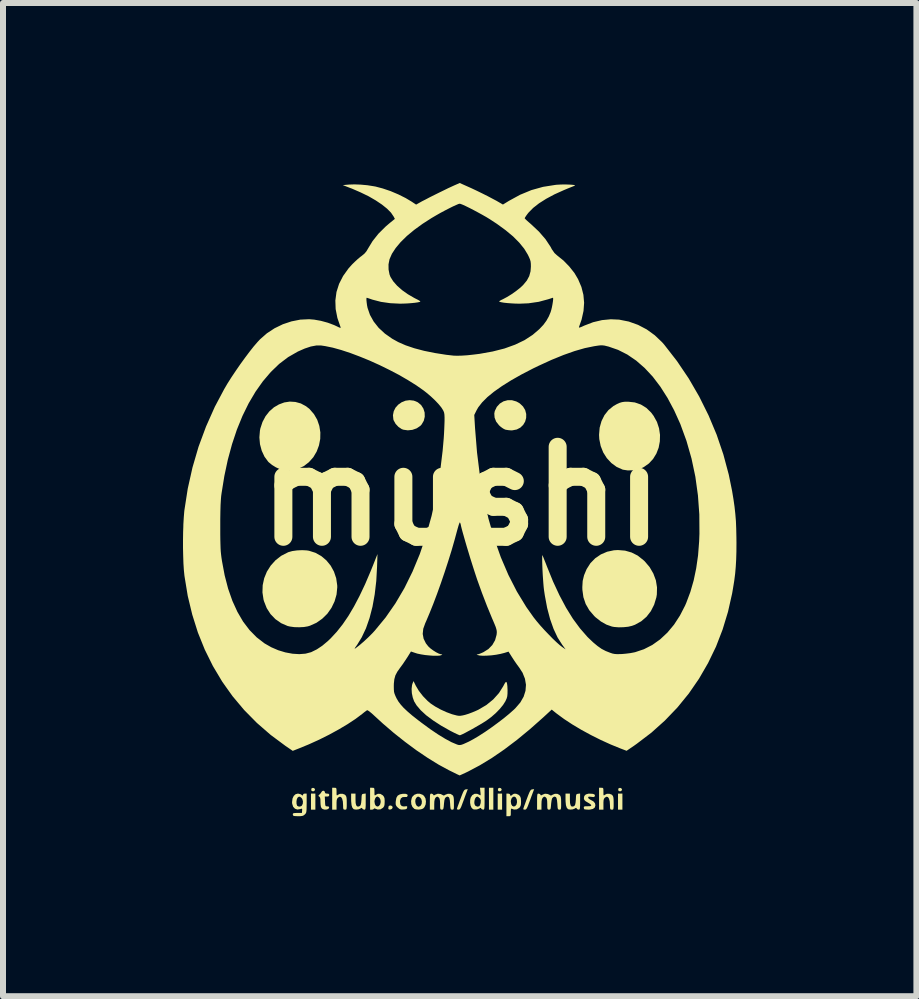
<source format=kicad_pcb>
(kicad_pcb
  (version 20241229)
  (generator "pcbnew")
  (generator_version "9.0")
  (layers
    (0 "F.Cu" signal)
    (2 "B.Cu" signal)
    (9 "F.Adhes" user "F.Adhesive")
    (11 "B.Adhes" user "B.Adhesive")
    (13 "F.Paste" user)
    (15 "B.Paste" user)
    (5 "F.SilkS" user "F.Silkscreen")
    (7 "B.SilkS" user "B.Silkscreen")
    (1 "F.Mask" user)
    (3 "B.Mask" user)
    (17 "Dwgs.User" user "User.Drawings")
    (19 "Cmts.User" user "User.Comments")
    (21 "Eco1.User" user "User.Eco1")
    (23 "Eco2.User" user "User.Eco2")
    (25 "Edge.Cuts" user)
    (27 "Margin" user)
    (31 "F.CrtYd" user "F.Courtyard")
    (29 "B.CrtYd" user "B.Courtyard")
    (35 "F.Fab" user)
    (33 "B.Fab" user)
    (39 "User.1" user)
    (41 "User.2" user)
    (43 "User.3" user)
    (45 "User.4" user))
  (footprint "mushi"
    (layer "F.Cu")
    (at 4.637 5.218)
    (property "Reference" "mushi" (at 0 0 0) (layer "F.SilkS") (effects (font (size 1.5 1.5) (thickness 0.3))))
    (attr board_only exclude_from_pos_files exclude_from_bom)
    (fp_poly (pts (xy -2.431 5.092) (xy -2.431 5.226) (xy -2.467 5.226) (xy -2.504 5.226) (xy -2.504 5.092) (xy -2.504 4.958) (xy -2.467 4.958) (xy -2.431 4.958)) (stroke (width 0) (type solid)) (fill yes) (layer "F.SilkS"))
    (fp_poly (pts (xy 0.535 5.044) (xy 0.535 5.226) (xy 0.498 5.226) (xy 0.462 5.226) (xy 0.462 5.044) (xy 0.462 4.861) (xy 0.498 4.861) (xy 0.535 4.861)) (stroke (width 0) (type solid)) (fill yes) (layer "F.SilkS"))
    (fp_poly (pts (xy 0.681 5.092) (xy 0.681 5.226) (xy 0.644 5.226) (xy 0.608 5.226) (xy 0.608 5.092) (xy 0.608 4.958) (xy 0.644 4.958) (xy 0.681 4.958)) (stroke (width 0) (type solid)) (fill yes) (layer "F.SilkS"))
    (fp_poly (pts (xy 2.686 5.092) (xy 2.686 5.226) (xy 2.649 5.226) (xy 2.613 5.226) (xy 2.613 5.092) (xy 2.613 4.958) (xy 2.649 4.958) (xy 2.686 4.958)) (stroke (width 0) (type solid)) (fill yes) (layer "F.SilkS"))
    (fp_poly (pts (xy -2.449 4.869) (xy -2.437 4.888) (xy -2.437 4.892) (xy -2.446 4.912) (xy -2.467 4.921) (xy -2.489 4.916) (xy -2.499 4.904) (xy -2.499 4.88) (xy -2.494 4.871) (xy -2.472 4.862)) (stroke (width 0) (type solid)) (fill yes) (layer "F.SilkS"))
    (fp_poly (pts (xy -1.166 5.159) (xy -1.146 5.174) (xy -1.144 5.195) (xy -1.158 5.215) (xy -1.182 5.224) (xy -1.206 5.223) (xy -1.215 5.21) (xy -1.215 5.197) (xy -1.209 5.166) (xy -1.188 5.156)) (stroke (width 0) (type solid)) (fill yes) (layer "F.SilkS"))
    (fp_poly (pts (xy 0.662 4.869) (xy 0.674 4.888) (xy 0.674 4.892) (xy 0.665 4.912) (xy 0.644 4.921) (xy 0.622 4.916) (xy 0.612 4.904) (xy 0.612 4.88) (xy 0.617 4.871) (xy 0.639 4.862)) (stroke (width 0) (type solid)) (fill yes) (layer "F.SilkS"))
    (fp_poly (pts (xy 2.667 4.869) (xy 2.68 4.888) (xy 2.68 4.892) (xy 2.67 4.912) (xy 2.649 4.921) (xy 2.628 4.916) (xy 2.617 4.904) (xy 2.617 4.88) (xy 2.622 4.871) (xy 2.645 4.862)) (stroke (width 0) (type solid)) (fill yes) (layer "F.SilkS"))
    (fp_poly (pts (xy 0.08 4.961) (xy 0.061 5.012) (xy 0.039 5.073) (xy 0.017 5.131) (xy 0.017 5.132) (xy -0.001 5.179) (xy -0.016 5.208) (xy -0.029 5.222) (xy -0.044 5.226) (xy -0.045 5.226) (xy -0.067 5.222) (xy -0.073 5.217) (xy -0.069 5.203) (xy -0.058 5.17) (xy -0.041 5.124) (xy -0.021 5.068) (xy -0.014 5.05) (xy 0.01 4.986) (xy 0.028 4.942) (xy 0.042 4.914) (xy 0.054 4.898) (xy 0.066 4.89) (xy 0.077 4.888) (xy 0.109 4.884)) (stroke (width 0) (type solid)) (fill yes) (layer "F.SilkS"))
    (fp_poly (pts (xy 1.186 4.961) (xy 1.167 5.012) (xy 1.145 5.073) (xy 1.123 5.131) (xy 1.123 5.132) (xy 1.105 5.179) (xy 1.09 5.208) (xy 1.077 5.222) (xy 1.062 5.226) (xy 1.061 5.226) (xy 1.039 5.222) (xy 1.033 5.217) (xy 1.037 5.203) (xy 1.048 5.17) (xy 1.065 5.124) (xy 1.085 5.068) (xy 1.092 5.05) (xy 1.116 4.986) (xy 1.134 4.942) (xy 1.148 4.914) (xy 1.16 4.898) (xy 1.172 4.89) (xy 1.183 4.888) (xy 1.215 4.884)) (stroke (width 0) (type solid)) (fill yes) (layer "F.SilkS"))
    (fp_poly (pts (xy -0.79 -1.591) (xy -0.725 -1.564) (xy -0.669 -1.518) (xy -0.631 -1.459) (xy -0.61 -1.393) (xy -0.608 -1.323) (xy -0.624 -1.256) (xy -0.66 -1.194) (xy -0.682 -1.17) (xy -0.743 -1.129) (xy -0.814 -1.104) (xy -0.89 -1.096) (xy -0.962 -1.106) (xy -0.991 -1.116) (xy -1.046 -1.153) (xy -1.094 -1.204) (xy -1.126 -1.262) (xy -1.131 -1.277) (xy -1.138 -1.348) (xy -1.125 -1.414) (xy -1.095 -1.474) (xy -1.049 -1.525) (xy -0.993 -1.564) (xy -0.929 -1.59) (xy -0.86 -1.599)) (stroke (width 0) (type solid)) (fill yes) (layer "F.SilkS"))
    (fp_poly (pts (xy 0.846 -1.598) (xy 0.919 -1.577) (xy 0.974 -1.546) (xy 1.03 -1.493) (xy 1.066 -1.433) (xy 1.083 -1.368) (xy 1.082 -1.303) (xy 1.065 -1.241) (xy 1.032 -1.186) (xy 0.985 -1.141) (xy 0.925 -1.11) (xy 0.853 -1.096) (xy 0.832 -1.095) (xy 0.786 -1.099) (xy 0.742 -1.106) (xy 0.729 -1.11) (xy 0.698 -1.126) (xy 0.66 -1.153) (xy 0.63 -1.18) (xy 0.582 -1.241) (xy 0.556 -1.308) (xy 0.551 -1.376) (xy 0.559 -1.417) (xy 0.593 -1.487) (xy 0.643 -1.542) (xy 0.704 -1.579) (xy 0.773 -1.598)) (stroke (width 0) (type solid)) (fill yes) (layer "F.SilkS"))
    (fp_poly (pts (xy -0.899 4.972) (xy -0.892 4.992) (xy -0.895 5) (xy -0.908 5.015) (xy -0.936 5.015) (xy -0.977 5.017) (xy -1.006 5.038) (xy -1.02 5.077) (xy -1.021 5.092) (xy -1.014 5.139) (xy -0.992 5.166) (xy -0.956 5.173) (xy -0.939 5.171) (xy -0.911 5.168) (xy -0.901 5.173) (xy -0.901 5.192) (xy -0.907 5.209) (xy -0.923 5.218) (xy -0.954 5.223) (xy -0.963 5.223) (xy -1.002 5.224) (xy -1.028 5.215) (xy -1.054 5.194) (xy -1.059 5.19) (xy -1.081 5.166) (xy -1.091 5.144) (xy -1.093 5.115) (xy -1.091 5.085) (xy -1.081 5.029) (xy -1.059 4.992) (xy -1.022 4.971) (xy -0.976 4.962) (xy -0.927 4.962)) (stroke (width 0) (type solid)) (fill yes) (layer "F.SilkS"))
    (fp_poly (pts (xy -2.764 -1.569) (xy -2.673 -1.544) (xy -2.586 -1.497) (xy -2.529 -1.452) (xy -2.455 -1.367) (xy -2.4 -1.272) (xy -2.365 -1.169) (xy -2.348 -1.062) (xy -2.35 -0.953) (xy -2.371 -0.845) (xy -2.409 -0.743) (xy -2.465 -0.648) (xy -2.539 -0.565) (xy -2.622 -0.501) (xy -2.71 -0.458) (xy -2.805 -0.433) (xy -2.902 -0.427) (xy -2.994 -0.44) (xy -3.022 -0.449) (xy -3.088 -0.479) (xy -3.153 -0.519) (xy -3.207 -0.563) (xy -3.217 -0.573) (xy -3.279 -0.657) (xy -3.325 -0.756) (xy -3.354 -0.864) (xy -3.364 -0.978) (xy -3.355 -1.091) (xy -3.348 -1.127) (xy -3.312 -1.236) (xy -3.261 -1.332) (xy -3.197 -1.413) (xy -3.122 -1.479) (xy -3.038 -1.528) (xy -2.949 -1.561) (xy -2.857 -1.575)) (stroke (width 0) (type solid)) (fill yes) (layer "F.SilkS"))
    (fp_poly (pts (xy -0.689 4.961) (xy -0.643 4.978) (xy -0.62 4.997) (xy -0.596 5.038) (xy -0.588 5.088) (xy -0.593 5.139) (xy -0.613 5.184) (xy -0.636 5.208) (xy -0.669 5.22) (xy -0.713 5.225) (xy -0.756 5.221) (xy -0.781 5.213) (xy -0.813 5.181) (xy -0.832 5.136) (xy -0.835 5.092) (xy -0.766 5.092) (xy -0.759 5.13) (xy -0.743 5.16) (xy -0.719 5.176) (xy -0.711 5.177) (xy -0.69 5.169) (xy -0.675 5.158) (xy -0.659 5.128) (xy -0.656 5.088) (xy -0.665 5.051) (xy -0.683 5.026) (xy -0.709 5.01) (xy -0.727 5.01) (xy -0.747 5.026) (xy -0.763 5.055) (xy -0.766 5.092) (xy -0.835 5.092) (xy -0.836 5.084) (xy -0.825 5.032) (xy -0.815 5.011) (xy -0.782 4.978) (xy -0.737 4.961)) (stroke (width 0) (type solid)) (fill yes) (layer "F.SilkS"))
    (fp_poly (pts (xy 2.783 -1.573) (xy 2.893 -1.561) (xy 2.994 -1.526) (xy 3.085 -1.47) (xy 3.165 -1.392) (xy 3.206 -1.337) (xy 3.262 -1.236) (xy 3.297 -1.129) (xy 3.313 -1.02) (xy 3.31 -0.911) (xy 3.29 -0.806) (xy 3.252 -0.708) (xy 3.198 -0.62) (xy 3.128 -0.544) (xy 3.043 -0.484) (xy 3.015 -0.47) (xy 2.941 -0.444) (xy 2.858 -0.43) (xy 2.775 -0.428) (xy 2.702 -0.439) (xy 2.689 -0.442) (xy 2.589 -0.487) (xy 2.501 -0.552) (xy 2.426 -0.633) (xy 2.366 -0.728) (xy 2.324 -0.835) (xy 2.301 -0.949) (xy 2.297 -1.021) (xy 2.307 -1.141) (xy 2.338 -1.251) (xy 2.387 -1.349) (xy 2.454 -1.434) (xy 2.538 -1.502) (xy 2.597 -1.535) (xy 2.642 -1.555) (xy 2.68 -1.566) (xy 2.719 -1.572) (xy 2.771 -1.573)) (stroke (width 0) (type solid)) (fill yes) (layer "F.SilkS"))
    (fp_poly (pts (xy -2.277 4.92) (xy -2.273 4.934) (xy -2.267 4.952) (xy -2.246 4.958) (xy -2.236 4.958) (xy -2.209 4.962) (xy -2.2 4.977) (xy -2.2 4.983) (xy -2.205 5) (xy -2.226 5.007) (xy -2.237 5.007) (xy -2.274 5.007) (xy -2.27 5.089) (xy -2.268 5.133) (xy -2.264 5.157) (xy -2.256 5.168) (xy -2.242 5.171) (xy -2.233 5.171) (xy -2.208 5.174) (xy -2.202 5.187) (xy -2.202 5.195) (xy -2.216 5.214) (xy -2.243 5.224) (xy -2.278 5.225) (xy -2.309 5.216) (xy -2.325 5.204) (xy -2.338 5.181) (xy -2.344 5.143) (xy -2.346 5.101) (xy -2.347 5.054) (xy -2.352 5.026) (xy -2.362 5.011) (xy -2.367 5.008) (xy -2.38 4.997) (xy -2.376 4.986) (xy -2.363 4.974) (xy -2.34 4.95) (xy -2.329 4.931) (xy -2.314 4.914) (xy -2.294 4.91)) (stroke (width 0) (type solid)) (fill yes) (layer "F.SilkS"))
    (fp_poly (pts (xy -1.592 5.091) (xy -1.592 5.15) (xy -1.594 5.189) (xy -1.597 5.211) (xy -1.602 5.222) (xy -1.612 5.226) (xy -1.617 5.226) (xy -1.64 5.218) (xy -1.648 5.208) (xy -1.656 5.196) (xy -1.67 5.2) (xy -1.681 5.208) (xy -1.713 5.221) (xy -1.752 5.225) (xy -1.786 5.22) (xy -1.794 5.217) (xy -1.815 5.192) (xy -1.828 5.151) (xy -1.834 5.091) (xy -1.835 5.056) (xy -1.835 4.958) (xy -1.799 4.958) (xy -1.762 4.958) (xy -1.762 5.054) (xy -1.76 5.114) (xy -1.751 5.152) (xy -1.736 5.172) (xy -1.713 5.174) (xy -1.702 5.171) (xy -1.686 5.162) (xy -1.675 5.144) (xy -1.668 5.112) (xy -1.663 5.062) (xy -1.662 5.037) (xy -1.66 4.997) (xy -1.655 4.975) (xy -1.645 4.965) (xy -1.626 4.961) (xy -1.625 4.961) (xy -1.592 4.957)) (stroke (width 0) (type solid)) (fill yes) (layer "F.SilkS"))
    (fp_poly (pts (xy 1.981 5.091) (xy 1.981 5.15) (xy 1.979 5.189) (xy 1.976 5.211) (xy 1.971 5.222) (xy 1.961 5.226) (xy 1.956 5.226) (xy 1.933 5.218) (xy 1.925 5.208) (xy 1.917 5.196) (xy 1.903 5.2) (xy 1.892 5.208) (xy 1.86 5.221) (xy 1.821 5.225) (xy 1.787 5.22) (xy 1.779 5.217) (xy 1.758 5.192) (xy 1.745 5.151) (xy 1.739 5.091) (xy 1.738 5.056) (xy 1.738 4.958) (xy 1.774 4.958) (xy 1.811 4.958) (xy 1.811 5.054) (xy 1.813 5.114) (xy 1.822 5.152) (xy 1.837 5.172) (xy 1.86 5.174) (xy 1.871 5.171) (xy 1.887 5.162) (xy 1.898 5.144) (xy 1.905 5.112) (xy 1.91 5.062) (xy 1.911 5.037) (xy 1.913 4.997) (xy 1.918 4.975) (xy 1.928 4.965) (xy 1.947 4.961) (xy 1.948 4.961) (xy 1.981 4.957)) (stroke (width 0) (type solid)) (fill yes) (layer "F.SilkS"))
    (fp_poly (pts (xy -2.574 0.905) (xy -2.537 0.911) (xy -2.43 0.945) (xy -2.332 1) (xy -2.247 1.072) (xy -2.176 1.159) (xy -2.121 1.259) (xy -2.084 1.369) (xy -2.067 1.487) (xy -2.066 1.519) (xy -2.078 1.64) (xy -2.111 1.755) (xy -2.163 1.863) (xy -2.232 1.961) (xy -2.317 2.044) (xy -2.414 2.112) (xy -2.521 2.16) (xy -2.557 2.171) (xy -2.622 2.182) (xy -2.7 2.186) (xy -2.781 2.184) (xy -2.854 2.174) (xy -2.893 2.165) (xy -3.001 2.118) (xy -3.097 2.051) (xy -3.178 1.967) (xy -3.242 1.867) (xy -3.287 1.753) (xy -3.295 1.725) (xy -3.313 1.605) (xy -3.309 1.485) (xy -3.284 1.369) (xy -3.239 1.259) (xy -3.175 1.158) (xy -3.095 1.069) (xy -3 0.995) (xy -2.891 0.939) (xy -2.88 0.934) (xy -2.815 0.916) (xy -2.736 0.905) (xy -2.652 0.901)) (stroke (width 0) (type solid)) (fill yes) (layer "F.SilkS"))
    (fp_poly (pts (xy 2.731 0.909) (xy 2.839 0.94) (xy 2.94 0.991) (xy 3.035 1.066) (xy 3.058 1.087) (xy 3.14 1.184) (xy 3.202 1.291) (xy 3.244 1.404) (xy 3.263 1.522) (xy 3.26 1.64) (xy 3.252 1.688) (xy 3.215 1.81) (xy 3.16 1.918) (xy 3.088 2.011) (xy 2.999 2.087) (xy 2.896 2.144) (xy 2.847 2.162) (xy 2.784 2.177) (xy 2.706 2.185) (xy 2.625 2.187) (xy 2.549 2.181) (xy 2.511 2.174) (xy 2.42 2.142) (xy 2.328 2.09) (xy 2.24 2.021) (xy 2.217 1.999) (xy 2.134 1.902) (xy 2.074 1.798) (xy 2.036 1.685) (xy 2.019 1.561) (xy 2.018 1.518) (xy 2.024 1.414) (xy 2.047 1.319) (xy 2.087 1.223) (xy 2.091 1.215) (xy 2.153 1.118) (xy 2.233 1.036) (xy 2.327 0.972) (xy 2.432 0.927) (xy 2.545 0.903) (xy 2.611 0.899)) (stroke (width 0) (type solid)) (fill yes) (layer "F.SilkS"))
    (fp_poly (pts (xy -2.094 4.862) (xy -2.083 4.869) (xy -2.079 4.889) (xy -2.078 4.926) (xy -2.078 4.93) (xy -2.078 4.968) (xy -2.075 4.986) (xy -2.068 4.988) (xy -2.056 4.979) (xy -2.021 4.962) (xy -1.979 4.961) (xy -1.941 4.975) (xy -1.932 4.983) (xy -1.92 4.998) (xy -1.913 5.019) (xy -1.909 5.051) (xy -1.908 5.1) (xy -1.908 5.116) (xy -1.908 5.168) (xy -1.91 5.2) (xy -1.914 5.218) (xy -1.922 5.225) (xy -1.936 5.226) (xy -1.938 5.226) (xy -1.955 5.224) (xy -1.964 5.216) (xy -1.968 5.195) (xy -1.969 5.155) (xy -1.969 5.154) (xy -1.973 5.089) (xy -1.985 5.043) (xy -2.003 5.016) (xy -2.027 5.01) (xy -2.054 5.026) (xy -2.067 5.042) (xy -2.075 5.065) (xy -2.078 5.103) (xy -2.078 5.137) (xy -2.078 5.226) (xy -2.115 5.226) (xy -2.151 5.226) (xy -2.151 5.044) (xy -2.151 4.861) (xy -2.115 4.861)) (stroke (width 0) (type solid)) (fill yes) (layer "F.SilkS"))
    (fp_poly (pts (xy 2.189 4.962) (xy 2.219 4.971) (xy 2.228 4.988) (xy 2.227 4.996) (xy 2.22 5.011) (xy 2.204 5.016) (xy 2.173 5.013) (xy 2.168 5.012) (xy 2.134 5.009) (xy 2.119 5.012) (xy 2.115 5.024) (xy 2.115 5.025) (xy 2.125 5.043) (xy 2.152 5.06) (xy 2.156 5.062) (xy 2.203 5.088) (xy 2.229 5.119) (xy 2.236 5.153) (xy 2.226 5.19) (xy 2.195 5.214) (xy 2.144 5.225) (xy 2.12 5.226) (xy 2.083 5.224) (xy 2.057 5.221) (xy 2.05 5.218) (xy 2.043 5.2) (xy 2.042 5.189) (xy 2.046 5.176) (xy 2.062 5.17) (xy 2.095 5.169) (xy 2.106 5.169) (xy 2.148 5.168) (xy 2.167 5.159) (xy 2.163 5.144) (xy 2.135 5.122) (xy 2.109 5.107) (xy 2.072 5.085) (xy 2.053 5.066) (xy 2.045 5.043) (xy 2.044 5.036) (xy 2.051 4.998) (xy 2.077 4.972) (xy 2.121 4.959) (xy 2.139 4.959)) (stroke (width 0) (type solid)) (fill yes) (layer "F.SilkS"))
    (fp_poly (pts (xy 2.354 4.862) (xy 2.365 4.869) (xy 2.369 4.889) (xy 2.37 4.926) (xy 2.37 4.93) (xy 2.37 4.968) (xy 2.373 4.986) (xy 2.38 4.988) (xy 2.392 4.979) (xy 2.427 4.962) (xy 2.469 4.961) (xy 2.507 4.975) (xy 2.516 4.983) (xy 2.528 4.998) (xy 2.535 5.019) (xy 2.539 5.051) (xy 2.54 5.1) (xy 2.54 5.116) (xy 2.54 5.168) (xy 2.538 5.2) (xy 2.534 5.218) (xy 2.526 5.225) (xy 2.512 5.226) (xy 2.51 5.226) (xy 2.493 5.224) (xy 2.484 5.216) (xy 2.48 5.195) (xy 2.479 5.155) (xy 2.479 5.154) (xy 2.475 5.089) (xy 2.463 5.043) (xy 2.445 5.016) (xy 2.421 5.01) (xy 2.394 5.026) (xy 2.381 5.042) (xy 2.373 5.065) (xy 2.37 5.103) (xy 2.37 5.137) (xy 2.37 5.226) (xy 2.333 5.226) (xy 2.297 5.226) (xy 2.297 5.044) (xy 2.297 4.861) (xy 2.333 4.861)) (stroke (width 0) (type solid)) (fill yes) (layer "F.SilkS"))
    (fp_poly (pts (xy -1.462 4.862) (xy -1.451 4.869) (xy -1.447 4.889) (xy -1.446 4.926) (xy -1.446 4.93) (xy -1.446 4.968) (xy -1.443 4.986) (xy -1.436 4.988) (xy -1.424 4.979) (xy -1.388 4.961) (xy -1.347 4.963) (xy -1.309 4.986) (xy -1.306 4.988) (xy -1.289 5.01) (xy -1.279 5.035) (xy -1.276 5.073) (xy -1.276 5.092) (xy -1.278 5.137) (xy -1.284 5.166) (xy -1.298 5.188) (xy -1.306 5.196) (xy -1.346 5.221) (xy -1.393 5.224) (xy -1.425 5.212) (xy -1.447 5.204) (xy -1.456 5.212) (xy -1.47 5.223) (xy -1.49 5.226) (xy -1.519 5.226) (xy -1.519 5.092) (xy -1.446 5.092) (xy -1.439 5.135) (xy -1.422 5.163) (xy -1.399 5.174) (xy -1.374 5.167) (xy -1.351 5.138) (xy -1.351 5.137) (xy -1.342 5.098) (xy -1.347 5.059) (xy -1.364 5.027) (xy -1.39 5.009) (xy -1.402 5.007) (xy -1.421 5.018) (xy -1.437 5.045) (xy -1.446 5.08) (xy -1.446 5.092) (xy -1.519 5.092) (xy -1.519 5.044) (xy -1.519 4.861) (xy -1.483 4.861)) (stroke (width 0) (type solid)) (fill yes) (layer "F.SilkS"))
    (fp_poly (pts (xy 0.808 4.965) (xy 0.814 4.977) (xy 0.82 4.993) (xy 0.825 4.995) (xy 0.841 4.987) (xy 0.851 4.977) (xy 0.878 4.961) (xy 0.915 4.961) (xy 0.951 4.976) (xy 0.967 4.988) (xy 0.984 5.01) (xy 0.993 5.035) (xy 0.996 5.073) (xy 0.997 5.092) (xy 0.995 5.137) (xy 0.988 5.166) (xy 0.974 5.188) (xy 0.967 5.196) (xy 0.926 5.221) (xy 0.88 5.224) (xy 0.85 5.213) (xy 0.837 5.208) (xy 0.83 5.214) (xy 0.827 5.235) (xy 0.826 5.268) (xy 0.826 5.306) (xy 0.822 5.326) (xy 0.811 5.334) (xy 0.791 5.335) (xy 0.79 5.335) (xy 0.753 5.335) (xy 0.753 5.147) (xy 0.753 5.092) (xy 0.826 5.092) (xy 0.833 5.135) (xy 0.85 5.163) (xy 0.874 5.174) (xy 0.899 5.167) (xy 0.921 5.141) (xy 0.93 5.101) (xy 0.926 5.057) (xy 0.91 5.023) (xy 0.886 5.008) (xy 0.862 5.013) (xy 0.841 5.034) (xy 0.828 5.069) (xy 0.826 5.092) (xy 0.753 5.092) (xy 0.753 4.958) (xy 0.784 4.958)) (stroke (width 0) (type solid)) (fill yes) (layer "F.SilkS"))
    (fp_poly (pts (xy 0.389 5.044) (xy 0.389 5.114) (xy 0.388 5.163) (xy 0.386 5.195) (xy 0.383 5.214) (xy 0.377 5.223) (xy 0.369 5.226) (xy 0.364 5.226) (xy 0.341 5.218) (xy 0.333 5.208) (xy 0.325 5.196) (xy 0.311 5.2) (xy 0.3 5.208) (xy 0.262 5.222) (xy 0.217 5.223) (xy 0.197 5.218) (xy 0.173 5.196) (xy 0.156 5.158) (xy 0.149 5.118) (xy 0.218 5.118) (xy 0.227 5.149) (xy 0.24 5.164) (xy 0.271 5.176) (xy 0.298 5.169) (xy 0.302 5.167) (xy 0.313 5.149) (xy 0.323 5.117) (xy 0.324 5.107) (xy 0.326 5.071) (xy 0.316 5.045) (xy 0.305 5.033) (xy 0.283 5.014) (xy 0.268 5.007) (xy 0.246 5.018) (xy 0.229 5.045) (xy 0.22 5.081) (xy 0.218 5.118) (xy 0.149 5.118) (xy 0.148 5.111) (xy 0.149 5.061) (xy 0.158 5.024) (xy 0.184 4.984) (xy 0.222 4.962) (xy 0.264 4.961) (xy 0.3 4.977) (xy 0.315 4.986) (xy 0.322 4.985) (xy 0.323 4.968) (xy 0.32 4.931) (xy 0.319 4.928) (xy 0.313 4.861) (xy 0.351 4.861) (xy 0.389 4.861)) (stroke (width 0) (type solid)) (fill yes) (layer "F.SilkS"))
    (fp_poly (pts (xy -2.679 4.968) (xy -2.664 4.977) (xy -2.645 4.99) (xy -2.638 4.987) (xy -2.637 4.977) (xy -2.627 4.962) (xy -2.607 4.958) (xy -2.576 4.958) (xy -2.576 5.117) (xy -2.577 5.182) (xy -2.578 5.227) (xy -2.581 5.258) (xy -2.586 5.278) (xy -2.594 5.292) (xy -2.606 5.305) (xy -2.627 5.322) (xy -2.651 5.331) (xy -2.687 5.335) (xy -2.714 5.335) (xy -2.755 5.334) (xy -2.786 5.331) (xy -2.799 5.327) (xy -2.807 5.309) (xy -2.807 5.3) (xy -2.803 5.289) (xy -2.786 5.283) (xy -2.752 5.281) (xy -2.731 5.28) (xy -2.655 5.281) (xy -2.652 5.242) (xy -2.651 5.216) (xy -2.658 5.209) (xy -2.681 5.216) (xy -2.683 5.216) (xy -2.731 5.224) (xy -2.771 5.21) (xy -2.801 5.178) (xy -2.817 5.129) (xy -2.82 5.1) (xy -2.818 5.089) (xy -2.746 5.089) (xy -2.745 5.128) (xy -2.736 5.157) (xy -2.732 5.163) (xy -2.703 5.176) (xy -2.671 5.169) (xy -2.656 5.158) (xy -2.641 5.127) (xy -2.638 5.087) (xy -2.649 5.049) (xy -2.662 5.031) (xy -2.687 5.011) (xy -2.708 5.011) (xy -2.728 5.026) (xy -2.74 5.052) (xy -2.746 5.089) (xy -2.818 5.089) (xy -2.812 5.041) (xy -2.791 4.996) (xy -2.76 4.968) (xy -2.721 4.958)) (stroke (width 0) (type solid)) (fill yes) (layer "F.SilkS"))
    (fp_poly (pts (xy -0.757 3.161) (xy -0.705 3.248) (xy -0.637 3.335) (xy -0.56 3.414) (xy -0.509 3.457) (xy -0.432 3.508) (xy -0.341 3.558) (xy -0.244 3.602) (xy -0.152 3.636) (xy -0.118 3.645) (xy -0.072 3.657) (xy -0.039 3.662) (xy -0.01 3.661) (xy 0.026 3.655) (xy 0.068 3.645) (xy 0.122 3.628) (xy 0.186 3.604) (xy 0.252 3.576) (xy 0.286 3.56) (xy 0.419 3.482) (xy 0.533 3.389) (xy 0.629 3.282) (xy 0.7 3.169) (xy 0.722 3.127) (xy 0.737 3.104) (xy 0.747 3.097) (xy 0.755 3.102) (xy 0.758 3.106) (xy 0.764 3.129) (xy 0.769 3.168) (xy 0.771 3.217) (xy 0.772 3.239) (xy 0.771 3.295) (xy 0.767 3.336) (xy 0.758 3.37) (xy 0.742 3.406) (xy 0.735 3.421) (xy 0.697 3.481) (xy 0.642 3.548) (xy 0.575 3.617) (xy 0.499 3.683) (xy 0.419 3.742) (xy 0.413 3.746) (xy 0.364 3.777) (xy 0.306 3.812) (xy 0.243 3.848) (xy 0.179 3.885) (xy 0.117 3.918) (xy 0.062 3.948) (xy 0.017 3.97) (xy -0.013 3.983) (xy -0.024 3.986) (xy -0.041 3.98) (xy -0.075 3.965) (xy -0.121 3.943) (xy -0.174 3.916) (xy -0.182 3.912) (xy -0.336 3.825) (xy -0.47 3.738) (xy -0.584 3.653) (xy -0.675 3.569) (xy -0.744 3.488) (xy -0.785 3.421) (xy -0.808 3.357) (xy -0.823 3.285) (xy -0.827 3.214) (xy -0.82 3.151) (xy -0.812 3.124) (xy -0.795 3.083)) (stroke (width 0) (type solid)) (fill yes) (layer "F.SilkS"))
    (fp_poly (pts (xy -0.475 4.966) (xy -0.466 4.977) (xy -0.459 4.988) (xy -0.445 4.984) (xy -0.434 4.977) (xy -0.391 4.96) (xy -0.344 4.965) (xy -0.319 4.977) (xy -0.296 4.99) (xy -0.278 4.986) (xy -0.265 4.977) (xy -0.223 4.961) (xy -0.18 4.963) (xy -0.146 4.983) (xy -0.134 4.998) (xy -0.127 5.019) (xy -0.123 5.051) (xy -0.122 5.1) (xy -0.122 5.116) (xy -0.122 5.168) (xy -0.123 5.2) (xy -0.128 5.218) (xy -0.136 5.225) (xy -0.149 5.226) (xy -0.15 5.226) (xy -0.165 5.224) (xy -0.174 5.217) (xy -0.179 5.198) (xy -0.183 5.164) (xy -0.185 5.127) (xy -0.19 5.068) (xy -0.199 5.031) (xy -0.208 5.018) (xy -0.228 5.008) (xy -0.245 5.013) (xy -0.26 5.023) (xy -0.272 5.039) (xy -0.281 5.07) (xy -0.287 5.12) (xy -0.288 5.132) (xy -0.292 5.179) (xy -0.297 5.207) (xy -0.304 5.221) (xy -0.315 5.225) (xy -0.324 5.226) (xy -0.338 5.224) (xy -0.347 5.217) (xy -0.351 5.198) (xy -0.352 5.163) (xy -0.352 5.136) (xy -0.354 5.081) (xy -0.36 5.046) (xy -0.371 5.026) (xy -0.372 5.026) (xy -0.394 5.009) (xy -0.412 5.013) (xy -0.43 5.029) (xy -0.441 5.051) (xy -0.448 5.087) (xy -0.45 5.139) (xy -0.45 5.226) (xy -0.486 5.226) (xy -0.523 5.226) (xy -0.523 5.092) (xy -0.522 5.034) (xy -0.521 4.995) (xy -0.518 4.973) (xy -0.512 4.962) (xy -0.503 4.959) (xy -0.498 4.958)) (stroke (width 0) (type solid)) (fill yes) (layer "F.SilkS"))
    (fp_poly (pts (xy 1.312 4.966) (xy 1.32 4.977) (xy 1.328 4.988) (xy 1.342 4.984) (xy 1.353 4.977) (xy 1.396 4.96) (xy 1.442 4.965) (xy 1.468 4.977) (xy 1.49 4.99) (xy 1.509 4.986) (xy 1.522 4.977) (xy 1.563 4.961) (xy 1.606 4.963) (xy 1.641 4.983) (xy 1.653 4.998) (xy 1.66 5.019) (xy 1.664 5.051) (xy 1.665 5.1) (xy 1.665 5.116) (xy 1.665 5.168) (xy 1.663 5.2) (xy 1.659 5.218) (xy 1.651 5.225) (xy 1.637 5.226) (xy 1.636 5.226) (xy 1.622 5.224) (xy 1.613 5.217) (xy 1.607 5.198) (xy 1.604 5.164) (xy 1.602 5.127) (xy 1.596 5.068) (xy 1.587 5.031) (xy 1.579 5.018) (xy 1.559 5.008) (xy 1.541 5.013) (xy 1.527 5.023) (xy 1.514 5.039) (xy 1.506 5.07) (xy 1.499 5.12) (xy 1.498 5.132) (xy 1.494 5.179) (xy 1.49 5.207) (xy 1.483 5.221) (xy 1.471 5.225) (xy 1.463 5.226) (xy 1.448 5.224) (xy 1.44 5.217) (xy 1.435 5.198) (xy 1.434 5.163) (xy 1.434 5.136) (xy 1.432 5.081) (xy 1.426 5.046) (xy 1.415 5.026) (xy 1.415 5.026) (xy 1.393 5.009) (xy 1.374 5.013) (xy 1.357 5.029) (xy 1.345 5.051) (xy 1.339 5.087) (xy 1.337 5.139) (xy 1.337 5.226) (xy 1.3 5.226) (xy 1.264 5.226) (xy 1.264 5.092) (xy 1.264 5.034) (xy 1.266 4.995) (xy 1.269 4.973) (xy 1.274 4.962) (xy 1.284 4.959) (xy 1.289 4.958)) (stroke (width 0) (type solid)) (fill yes) (layer "F.SilkS"))
    (fp_poly (pts (xy 0.094 -5.165) (xy 0.172 -5.13) (xy 0.259 -5.089) (xy 0.351 -5.044) (xy 0.441 -4.999) (xy 0.522 -4.956) (xy 0.59 -4.92) (xy 0.612 -4.907) (xy 0.695 -4.859) (xy 0.796 -4.921) (xy 0.981 -5.022) (xy 1.17 -5.1) (xy 1.364 -5.154) (xy 1.566 -5.186) (xy 1.592 -5.189) (xy 1.647 -5.192) (xy 1.705 -5.194) (xy 1.761 -5.193) (xy 1.813 -5.191) (xy 1.855 -5.188) (xy 1.884 -5.184) (xy 1.897 -5.178) (xy 1.889 -5.172) (xy 1.889 -5.172) (xy 1.869 -5.164) (xy 1.831 -5.149) (xy 1.781 -5.129) (xy 1.724 -5.105) (xy 1.712 -5.1) (xy 1.554 -5.029) (xy 1.416 -4.955) (xy 1.296 -4.879) (xy 1.199 -4.803) (xy 1.123 -4.726) (xy 1.106 -4.705) (xy 1.081 -4.671) (xy 1.064 -4.644) (xy 1.057 -4.631) (xy 1.066 -4.62) (xy 1.09 -4.596) (xy 1.125 -4.565) (xy 1.164 -4.531) (xy 1.295 -4.408) (xy 1.404 -4.282) (xy 1.489 -4.154) (xy 1.51 -4.114) (xy 1.554 -4.051) (xy 1.597 -4.012) (xy 1.705 -3.925) (xy 1.802 -3.825) (xy 1.886 -3.719) (xy 1.947 -3.616) (xy 2.003 -3.485) (xy 2.036 -3.355) (xy 2.048 -3.222) (xy 2.038 -3.086) (xy 2.006 -2.942) (xy 1.962 -2.817) (xy 1.963 -2.809) (xy 1.977 -2.81) (xy 2.006 -2.821) (xy 2.054 -2.843) (xy 2.057 -2.844) (xy 2.198 -2.898) (xy 2.346 -2.933) (xy 2.493 -2.947) (xy 2.631 -2.941) (xy 2.792 -2.909) (xy 2.946 -2.854) (xy 3.091 -2.778) (xy 3.225 -2.681) (xy 3.347 -2.565) (xy 3.383 -2.524) (xy 3.596 -2.25) (xy 3.791 -1.961) (xy 3.966 -1.659) (xy 4.122 -1.345) (xy 4.257 -1.023) (xy 4.369 -0.693) (xy 4.459 -0.357) (xy 4.514 -0.087) (xy 4.537 0.052) (xy 4.555 0.178) (xy 4.568 0.298) (xy 4.578 0.418) (xy 4.583 0.545) (xy 4.586 0.686) (xy 4.587 0.778) (xy 4.586 0.928) (xy 4.582 1.06) (xy 4.575 1.18) (xy 4.565 1.295) (xy 4.55 1.411) (xy 4.53 1.534) (xy 4.515 1.622) (xy 4.446 1.928) (xy 4.356 2.224) (xy 4.246 2.509) (xy 4.114 2.782) (xy 3.963 3.043) (xy 3.793 3.29) (xy 3.603 3.523) (xy 3.395 3.74) (xy 3.17 3.942) (xy 2.927 4.127) (xy 2.882 4.159) (xy 2.756 4.245) (xy 2.651 4.205) (xy 2.492 4.14) (xy 2.327 4.065) (xy 2.163 3.983) (xy 2.003 3.896) (xy 1.852 3.806) (xy 1.715 3.716) (xy 1.595 3.628) (xy 1.577 3.614) (xy 1.508 3.558) (xy 1.365 3.69) (xy 1.146 3.884) (xy 0.93 4.062) (xy 0.717 4.223) (xy 0.51 4.365) (xy 0.309 4.487) (xy 0.117 4.589) (xy 0.115 4.59) (xy 0.063 4.615) (xy 0.019 4.635) (xy -0.012 4.649) (xy -0.026 4.655) (xy -0.027 4.655) (xy -0.04 4.649) (xy -0.071 4.635) (xy -0.115 4.613) (xy -0.17 4.586) (xy -0.203 4.57) (xy -0.376 4.476) (xy -0.558 4.364) (xy -0.746 4.237) (xy -0.935 4.097) (xy -1.123 3.948) (xy -1.306 3.791) (xy -1.437 3.671) (xy -1.494 3.619) (xy -1.536 3.585) (xy -1.562 3.569) (xy -1.57 3.569) (xy -1.587 3.581) (xy -1.617 3.603) (xy -1.65 3.63) (xy -1.762 3.714) (xy -1.894 3.801) (xy -2.042 3.889) (xy -2.201 3.976) (xy -2.369 4.06) (xy -2.541 4.138) (xy -2.689 4.199) (xy -2.808 4.246) (xy -2.927 4.165) (xy -3.176 3.98) (xy -3.406 3.78) (xy -3.618 3.565) (xy -3.811 3.335) (xy -3.931 3.167) (xy -1.124 3.167) (xy -1.123 3.222) (xy -1.12 3.262) (xy -1.111 3.296) (xy -1.095 3.335) (xy -1.079 3.369) (xy -1.049 3.421) (xy -1.01 3.473) (xy -0.96 3.529) (xy -0.896 3.589) (xy -0.817 3.657) (xy -0.719 3.734) (xy -0.664 3.776) (xy -0.517 3.884) (xy -0.385 3.973) (xy -0.267 4.045) (xy -0.163 4.101) (xy -0.073 4.139) (xy -0.049 4.147) (xy -0.027 4.149) (xy -0.002 4.146) (xy 0.031 4.135) (xy 0.076 4.115) (xy 0.128 4.091) (xy 0.206 4.049) (xy 0.298 3.994) (xy 0.399 3.929) (xy 0.504 3.856) (xy 0.609 3.779) (xy 0.71 3.702) (xy 0.801 3.627) (xy 0.88 3.557) (xy 0.906 3.531) (xy 0.985 3.439) (xy 1.04 3.343) (xy 1.071 3.245) (xy 1.079 3.145) (xy 1.062 3.044) (xy 1.022 2.944) (xy 0.965 2.856) (xy 0.928 2.806) (xy 0.887 2.747) (xy 0.85 2.69) (xy 0.846 2.684) (xy 0.788 2.592) (xy 0.718 2.614) (xy 0.654 2.63) (xy 0.581 2.644) (xy 0.504 2.654) (xy 0.429 2.659) (xy 0.362 2.661) (xy 0.308 2.657) (xy 0.273 2.649) (xy 0.257 2.641) (xy 0.263 2.639) (xy 0.272 2.638) (xy 0.294 2.633) (xy 0.33 2.619) (xy 0.37 2.601) (xy 0.453 2.549) (xy 0.518 2.482) (xy 0.564 2.402) (xy 0.589 2.312) (xy 0.591 2.293) (xy 0.593 2.268) (xy 0.591 2.243) (xy 0.585 2.216) (xy 0.574 2.18) (xy 0.555 2.133) (xy 0.528 2.069) (xy 0.516 2.042) (xy 0.429 1.831) (xy 0.346 1.615) (xy 0.264 1.387) (xy 0.231 1.287) (xy 0.207 1.213) (xy 0.18 1.128) (xy 0.151 1.036) (xy 0.122 0.94) (xy 0.093 0.844) (xy 0.066 0.752) (xy 0.042 0.667) (xy 0.021 0.593) (xy 0.005 0.533) (xy -0.005 0.492) (xy -0.006 0.483) (xy -0.014 0.454) (xy -0.022 0.438) (xy -0.024 0.438) (xy -0.03 0.449) (xy -0.041 0.478) (xy -0.054 0.522) (xy -0.067 0.568) (xy -0.111 0.731) (xy -0.161 0.905) (xy -0.217 1.085) (xy -0.277 1.269) (xy -0.339 1.451) (xy -0.402 1.627) (xy -0.465 1.794) (xy -0.526 1.946) (xy -0.583 2.081) (xy -0.6 2.119) (xy -0.633 2.211) (xy -0.642 2.297) (xy -0.627 2.377) (xy -0.589 2.454) (xy -0.55 2.504) (xy -0.515 2.537) (xy -0.469 2.571) (xy -0.42 2.602) (xy -0.374 2.625) (xy -0.337 2.637) (xy -0.329 2.637) (xy -0.316 2.639) (xy -0.325 2.648) (xy -0.328 2.649) (xy -0.356 2.658) (xy -0.402 2.661) (xy -0.462 2.661) (xy -0.53 2.656) (xy -0.601 2.649) (xy -0.67 2.638) (xy -0.732 2.625) (xy -0.77 2.613) (xy -0.838 2.59) (xy -0.895 2.682) (xy -0.932 2.738) (xy -0.973 2.799) (xy -1.012 2.852) (xy -1.015 2.856) (xy -1.064 2.925) (xy -1.097 2.987) (xy -1.115 3.052) (xy -1.123 3.125) (xy -1.124 3.167) (xy -3.931 3.167) (xy -3.985 3.09) (xy -4.139 2.832) (xy -4.274 2.559) (xy -4.389 2.274) (xy -4.483 1.975) (xy -4.558 1.664) (xy -4.611 1.341) (xy -4.614 1.319) (xy -4.623 1.228) (xy -4.63 1.119) (xy -4.634 0.996) (xy -4.637 0.864) (xy -4.637 0.729) (xy -4.635 0.595) (xy -4.632 0.517) (xy -4.016 0.517) (xy -4.016 0.63) (xy -4.015 0.724) (xy -4.013 0.8) (xy -4.011 0.864) (xy -4.008 0.92) (xy -4.003 0.97) (xy -3.997 1.019) (xy -3.989 1.072) (xy -3.988 1.079) (xy -3.943 1.32) (xy -3.885 1.543) (xy -3.814 1.746) (xy -3.731 1.928) (xy -3.636 2.091) (xy -3.528 2.233) (xy -3.409 2.354) (xy -3.278 2.455) (xy -3.166 2.519) (xy -3.05 2.569) (xy -2.931 2.605) (xy -2.812 2.627) (xy -2.699 2.634) (xy -2.595 2.626) (xy -2.504 2.602) (xy -2.497 2.599) (xy -2.406 2.554) (xy -2.316 2.494) (xy -2.223 2.416) (xy -2.175 2.37) (xy -2.074 2.261) (xy -1.976 2.137) (xy -1.881 1.998) (xy -1.788 1.841) (xy -1.696 1.666) (xy -1.603 1.47) (xy -1.51 1.252) (xy -1.468 1.148) (xy -1.396 0.966) (xy -1.403 1.179) (xy -1.416 1.415) (xy -1.442 1.637) (xy -1.479 1.843) (xy -1.528 2.032) (xy -1.587 2.202) (xy -1.658 2.353) (xy -1.735 2.479) (xy -1.762 2.517) (xy -1.775 2.538) (xy -1.776 2.544) (xy -1.765 2.538) (xy -1.756 2.532) (xy -1.693 2.483) (xy -1.621 2.421) (xy -1.548 2.353) (xy -1.478 2.283) (xy -1.439 2.24) (xy -1.261 2.024) (xy -1.097 1.788) (xy -0.947 1.533) (xy -0.812 1.259) (xy -0.691 0.967) (xy -0.585 0.656) (xy -0.494 0.329) (xy -0.417 -0.016) (xy -0.356 -0.377) (xy -0.31 -0.755) (xy -0.292 -0.96) (xy -0.287 -1.036) (xy -0.283 -1.118) (xy -0.28 -1.195) (xy -0.278 -1.252) (xy -0.278 -1.313) (xy -0.28 -1.352) (xy 0.217 -1.352) (xy 0.23 -1.135) (xy 0.263 -0.729) (xy 0.311 -0.342) (xy 0.375 0.026) (xy 0.454 0.376) (xy 0.549 0.707) (xy 0.66 1.02) (xy 0.786 1.314) (xy 0.927 1.59) (xy 1.084 1.848) (xy 1.208 2.023) (xy 1.258 2.086) (xy 1.318 2.157) (xy 1.384 2.23) (xy 1.454 2.303) (xy 1.522 2.373) (xy 1.586 2.434) (xy 1.641 2.483) (xy 1.681 2.514) (xy 1.74 2.555) (xy 1.683 2.478) (xy 1.606 2.357) (xy 1.539 2.214) (xy 1.481 2.05) (xy 1.432 1.864) (xy 1.393 1.655) (xy 1.379 1.561) (xy 1.374 1.517) (xy 1.369 1.459) (xy 1.364 1.393) (xy 1.359 1.321) (xy 1.355 1.247) (xy 1.352 1.176) (xy 1.35 1.111) (xy 1.349 1.055) (xy 1.349 1.013) (xy 1.35 0.989) (xy 1.352 0.984) (xy 1.358 0.997) (xy 1.372 1.029) (xy 1.39 1.075) (xy 1.413 1.132) (xy 1.427 1.169) (xy 1.53 1.423) (xy 1.637 1.653) (xy 1.747 1.86) (xy 1.861 2.044) (xy 1.979 2.204) (xy 2.1 2.343) (xy 2.121 2.364) (xy 2.201 2.44) (xy 2.272 2.499) (xy 2.339 2.546) (xy 2.408 2.582) (xy 2.479 2.61) (xy 2.52 2.624) (xy 2.557 2.631) (xy 2.597 2.634) (xy 2.649 2.633) (xy 2.68 2.632) (xy 2.746 2.626) (xy 2.818 2.617) (xy 2.881 2.605) (xy 2.899 2.601) (xy 3.045 2.552) (xy 3.184 2.481) (xy 3.315 2.388) (xy 3.436 2.275) (xy 3.547 2.142) (xy 3.645 1.991) (xy 3.731 1.824) (xy 3.75 1.78) (xy 3.819 1.596) (xy 3.874 1.405) (xy 3.916 1.203) (xy 3.947 0.988) (xy 3.965 0.755) (xy 3.97 0.626) (xy 3.968 0.305) (xy 3.945 -0.011) (xy 3.902 -0.323) (xy 3.838 -0.626) (xy 3.754 -0.92) (xy 3.651 -1.202) (xy 3.549 -1.428) (xy 3.438 -1.636) (xy 3.319 -1.823) (xy 3.192 -1.99) (xy 3.057 -2.135) (xy 2.916 -2.258) (xy 2.768 -2.359) (xy 2.614 -2.437) (xy 2.455 -2.492) (xy 2.43 -2.498) (xy 2.39 -2.508) (xy 2.358 -2.512) (xy 2.326 -2.513) (xy 2.287 -2.509) (xy 2.234 -2.501) (xy 2.215 -2.498) (xy 2.059 -2.466) (xy 1.889 -2.417) (xy 1.705 -2.352) (xy 1.504 -2.27) (xy 1.288 -2.171) (xy 1.197 -2.127) (xy 1.004 -2.027) (xy 0.831 -1.929) (xy 0.678 -1.833) (xy 0.546 -1.74) (xy 0.436 -1.65) (xy 0.349 -1.563) (xy 0.284 -1.48) (xy 0.256 -1.431) (xy 0.217 -1.352) (xy -0.28 -1.352) (xy -0.28 -1.356) (xy -0.285 -1.389) (xy -0.295 -1.416) (xy -0.303 -1.432) (xy -0.333 -1.479) (xy -0.379 -1.535) (xy -0.438 -1.597) (xy -0.506 -1.661) (xy -0.578 -1.722) (xy -0.625 -1.759) (xy -0.749 -1.846) (xy -0.888 -1.933) (xy -1.038 -2.02) (xy -1.197 -2.103) (xy -1.36 -2.183) (xy -1.526 -2.258) (xy -1.69 -2.325) (xy -1.849 -2.385) (xy -2.001 -2.435) (xy -2.141 -2.474) (xy -2.268 -2.5) (xy -2.335 -2.51) (xy -2.416 -2.51) (xy -2.507 -2.493) (xy -2.609 -2.459) (xy -2.725 -2.408) (xy -2.728 -2.406) (xy -2.885 -2.316) (xy -3.034 -2.203) (xy -3.174 -2.068) (xy -3.306 -1.913) (xy -3.429 -1.739) (xy -3.543 -1.546) (xy -3.646 -1.336) (xy -3.739 -1.108) (xy -3.82 -0.865) (xy -3.89 -0.607) (xy -3.948 -0.335) (xy -3.994 -0.05) (xy -4.001 0) (xy -4.006 0.063) (xy -4.011 0.149) (xy -4.014 0.258) (xy -4.016 0.387) (xy -4.016 0.517) (xy -4.632 0.517) (xy -4.631 0.468) (xy -4.624 0.353) (xy -4.616 0.255) (xy -4.614 0.237) (xy -4.558 -0.124) (xy -4.479 -0.477) (xy -4.378 -0.823) (xy -4.253 -1.16) (xy -4.107 -1.488) (xy -3.952 -1.78) (xy -3.896 -1.876) (xy -3.83 -1.98) (xy -3.757 -2.089) (xy -3.681 -2.199) (xy -3.604 -2.305) (xy -3.529 -2.405) (xy -3.458 -2.495) (xy -3.394 -2.569) (xy -3.353 -2.613) (xy -3.239 -2.713) (xy -3.111 -2.797) (xy -2.973 -2.864) (xy -2.829 -2.912) (xy -2.682 -2.941) (xy -2.535 -2.948) (xy -2.451 -2.941) (xy -2.339 -2.921) (xy -2.225 -2.89) (xy -2.118 -2.85) (xy -2.073 -2.829) (xy -2.036 -2.811) (xy -2.015 -2.804) (xy -2.009 -2.806) (xy -2.011 -2.815) (xy -2.064 -2.969) (xy -2.093 -3.117) (xy -2.098 -3.262) (xy -2.097 -3.266) (xy -1.58 -3.266) (xy -1.576 -3.226) (xy -1.57 -3.18) (xy -1.561 -3.136) (xy -1.521 -3.02) (xy -1.459 -2.909) (xy -1.376 -2.804) (xy -1.272 -2.708) (xy -1.151 -2.623) (xy -1.05 -2.567) (xy -0.927 -2.513) (xy -0.782 -2.464) (xy -0.619 -2.421) (xy -0.441 -2.385) (xy -0.251 -2.355) (xy -0.128 -2.341) (xy -0.069 -2.339) (xy 0.009 -2.341) (xy 0.101 -2.347) (xy 0.203 -2.358) (xy 0.307 -2.371) (xy 0.524 -2.41) (xy 0.721 -2.46) (xy 0.898 -2.524) (xy 1.055 -2.599) (xy 1.19 -2.687) (xy 1.301 -2.782) (xy 1.369 -2.854) (xy 1.419 -2.922) (xy 1.459 -2.993) (xy 1.49 -3.067) (xy 1.501 -3.104) (xy 1.512 -3.15) (xy 1.521 -3.198) (xy 1.528 -3.243) (xy 1.532 -3.28) (xy 1.531 -3.302) (xy 1.529 -3.306) (xy 1.515 -3.302) (xy 1.485 -3.292) (xy 1.451 -3.281) (xy 1.292 -3.238) (xy 1.12 -3.213) (xy 0.977 -3.207) (xy 0.906 -3.208) (xy 0.836 -3.212) (xy 0.769 -3.217) (xy 0.712 -3.223) (xy 0.667 -3.231) (xy 0.639 -3.238) (xy 0.632 -3.244) (xy 0.642 -3.254) (xy 0.668 -3.269) (xy 0.696 -3.282) (xy 0.763 -3.318) (xy 0.838 -3.364) (xy 0.912 -3.416) (xy 0.978 -3.468) (xy 1.03 -3.516) (xy 1.031 -3.517) (xy 1.093 -3.592) (xy 1.133 -3.666) (xy 1.155 -3.746) (xy 1.161 -3.823) (xy 1.16 -3.872) (xy 1.156 -3.909) (xy 1.146 -3.944) (xy 1.129 -3.984) (xy 1.109 -4.025) (xy 1.05 -4.122) (xy 0.968 -4.223) (xy 0.865 -4.327) (xy 0.74 -4.431) (xy 0.596 -4.536) (xy 0.474 -4.616) (xy 0.415 -4.652) (xy 0.348 -4.69) (xy 0.277 -4.729) (xy 0.206 -4.767) (xy 0.138 -4.802) (xy 0.077 -4.832) (xy 0.027 -4.855) (xy -0.009 -4.869) (xy -0.025 -4.873) (xy -0.047 -4.868) (xy -0.086 -4.851) (xy -0.139 -4.827) (xy -0.203 -4.795) (xy -0.273 -4.759) (xy -0.346 -4.72) (xy -0.418 -4.679) (xy -0.486 -4.639) (xy -0.49 -4.637) (xy -0.644 -4.538) (xy -0.783 -4.437) (xy -0.905 -4.336) (xy -1.009 -4.234) (xy -1.092 -4.135) (xy -1.155 -4.039) (xy -1.195 -3.948) (xy -1.196 -3.944) (xy -1.212 -3.862) (xy -1.211 -3.776) (xy -1.195 -3.693) (xy -1.179 -3.652) (xy -1.133 -3.579) (xy -1.068 -3.505) (xy -0.985 -3.432) (xy -0.889 -3.364) (xy -0.784 -3.303) (xy -0.763 -3.292) (xy -0.723 -3.272) (xy -0.694 -3.255) (xy -0.681 -3.245) (xy -0.681 -3.244) (xy -0.692 -3.236) (xy -0.724 -3.229) (xy -0.771 -3.222) (xy -0.83 -3.216) (xy -0.897 -3.211) (xy -0.967 -3.208) (xy -1.023 -3.207) (xy -1.184 -3.215) (xy -1.337 -3.237) (xy -1.476 -3.273) (xy -1.5 -3.281) (xy -1.538 -3.294) (xy -1.565 -3.303) (xy -1.576 -3.306) (xy -1.58 -3.295) (xy -1.58 -3.266) (xy -2.097 -3.266) (xy -2.079 -3.402) (xy -2.036 -3.537) (xy -1.969 -3.668) (xy -1.879 -3.794) (xy -1.82 -3.86) (xy -1.774 -3.905) (xy -1.723 -3.952) (xy -1.677 -3.99) (xy -1.664 -3.999) (xy -1.615 -4.039) (xy -1.58 -4.08) (xy -1.553 -4.126) (xy -1.477 -4.251) (xy -1.379 -4.374) (xy -1.258 -4.494) (xy -1.19 -4.552) (xy -1.106 -4.62) (xy -1.126 -4.658) (xy -1.17 -4.723) (xy -1.236 -4.79) (xy -1.322 -4.859) (xy -1.425 -4.928) (xy -1.544 -4.997) (xy -1.678 -5.062) (xy -1.823 -5.125) (xy -1.853 -5.136) (xy -1.974 -5.183) (xy -1.871 -5.192) (xy -1.78 -5.195) (xy -1.675 -5.191) (xy -1.565 -5.181) (xy -1.458 -5.164) (xy -1.429 -5.159) (xy -1.308 -5.127) (xy -1.178 -5.083) (xy -1.048 -5.028) (xy -0.926 -4.967) (xy -0.829 -4.909) (xy -0.752 -4.858) (xy -0.695 -4.89) (xy -0.654 -4.913) (xy -0.595 -4.943) (xy -0.525 -4.98) (xy -0.447 -5.019) (xy -0.366 -5.059) (xy -0.288 -5.097) (xy -0.217 -5.132) (xy -0.158 -5.159) (xy -0.119 -5.177) (xy -0.025 -5.218)) (stroke (width 0) (type solid)) (fill yes) (layer "F.SilkS")))
  (gr_rect
    (start -3 -3)
    (end 12.223 13.553)
    (stroke (width 0.1) (type default))
    (fill no)
    (layer "Edge.Cuts")))
</source>
